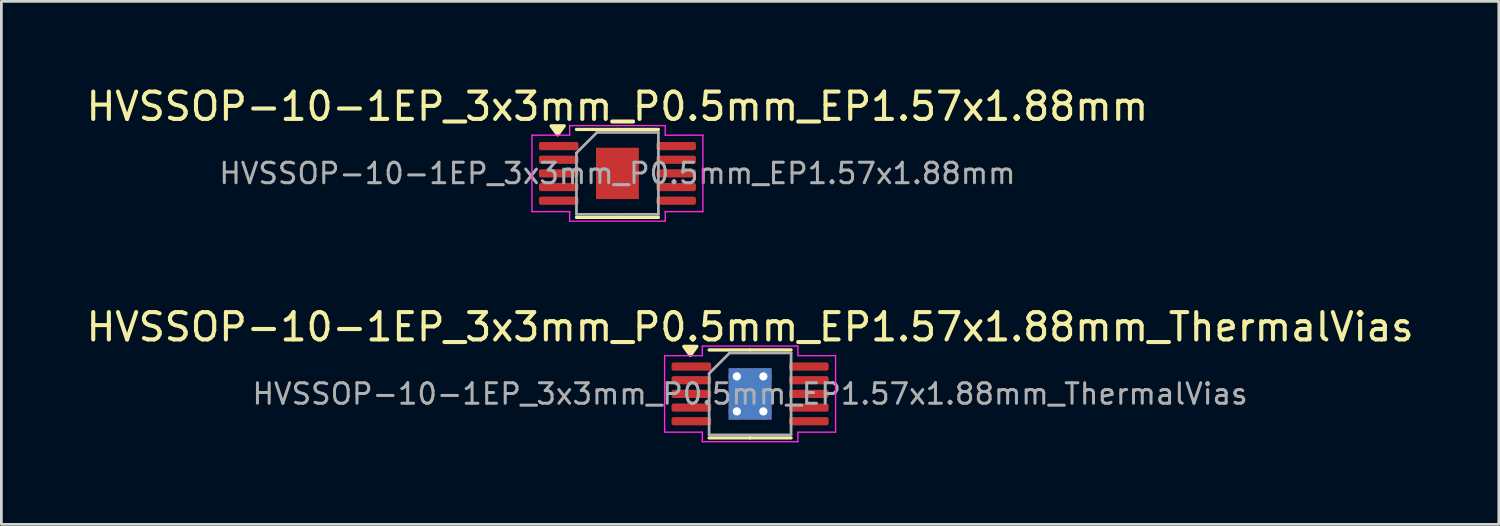
<source format=kicad_pcb>
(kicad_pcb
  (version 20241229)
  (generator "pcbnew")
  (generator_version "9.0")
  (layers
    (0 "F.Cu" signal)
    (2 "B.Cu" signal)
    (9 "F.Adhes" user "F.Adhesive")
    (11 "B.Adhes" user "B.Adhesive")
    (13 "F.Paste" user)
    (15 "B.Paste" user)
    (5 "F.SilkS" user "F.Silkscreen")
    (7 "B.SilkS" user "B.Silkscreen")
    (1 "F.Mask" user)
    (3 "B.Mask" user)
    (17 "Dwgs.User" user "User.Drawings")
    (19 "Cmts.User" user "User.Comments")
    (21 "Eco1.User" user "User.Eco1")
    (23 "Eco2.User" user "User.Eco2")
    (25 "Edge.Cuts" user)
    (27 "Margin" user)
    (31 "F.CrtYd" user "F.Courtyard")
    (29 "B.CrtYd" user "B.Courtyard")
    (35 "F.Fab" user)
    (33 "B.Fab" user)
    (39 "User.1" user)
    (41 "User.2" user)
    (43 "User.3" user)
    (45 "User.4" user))
  (footprint "HVSSOP-10-1EP_3x3mm_P0.5mm_EP1.57x1.88mm"
    (layer "F.Cu")
    (at 19.554 3.298)
    (property "Reference" "HVSSOP-10-1EP_3x3mm_P0.5mm_EP1.57x1.88mm" (at 0 -2.45 0) (layer "F.SilkS") (effects (font (size 1 1) (thickness 0.15))))
    (attr smd)
    (fp_line (start 0 -1.61) (end -1.5 -1.61) (stroke (width 0.12) (type solid)) (layer "F.SilkS"))
    (fp_line (start 0 -1.61) (end 1.5 -1.61) (stroke (width 0.12) (type solid)) (layer "F.SilkS"))
    (fp_line (start 0 1.61) (end -1.5 1.61) (stroke (width 0.12) (type solid)) (layer "F.SilkS"))
    (fp_line (start 0 1.61) (end 1.5 1.61) (stroke (width 0.12) (type solid)) (layer "F.SilkS"))
    (fp_poly (pts (xy -2.188 -1.41) (xy -2.428 -1.74) (xy -1.948 -1.74)) (stroke (width 0.12) (type solid)) (fill yes) (layer "F.SilkS"))
    (fp_line (start -3.13 -1.4) (end -1.75 -1.4) (stroke (width 0.05) (type solid)) (layer "F.CrtYd"))
    (fp_line (start -3.13 1.4) (end -3.13 -1.4) (stroke (width 0.05) (type solid)) (layer "F.CrtYd"))
    (fp_line (start -1.75 -1.75) (end 1.75 -1.75) (stroke (width 0.05) (type solid)) (layer "F.CrtYd"))
    (fp_line (start -1.75 -1.4) (end -1.75 -1.75) (stroke (width 0.05) (type solid)) (layer "F.CrtYd"))
    (fp_line (start -1.75 1.4) (end -3.13 1.4) (stroke (width 0.05) (type solid)) (layer "F.CrtYd"))
    (fp_line (start -1.75 1.75) (end -1.75 1.4) (stroke (width 0.05) (type solid)) (layer "F.CrtYd"))
    (fp_line (start 1.75 -1.75) (end 1.75 -1.4) (stroke (width 0.05) (type solid)) (layer "F.CrtYd"))
    (fp_line (start 1.75 -1.4) (end 3.13 -1.4) (stroke (width 0.05) (type solid)) (layer "F.CrtYd"))
    (fp_line (start 1.75 1.4) (end 1.75 1.75) (stroke (width 0.05) (type solid)) (layer "F.CrtYd"))
    (fp_line (start 1.75 1.75) (end -1.75 1.75) (stroke (width 0.05) (type solid)) (layer "F.CrtYd"))
    (fp_line (start 3.13 -1.4) (end 3.13 1.4) (stroke (width 0.05) (type solid)) (layer "F.CrtYd"))
    (fp_line (start 3.13 1.4) (end 1.75 1.4) (stroke (width 0.05) (type solid)) (layer "F.CrtYd"))
    (fp_line (start -1.5 -0.75) (end -0.75 -1.5) (stroke (width 0.1) (type solid)) (layer "F.Fab"))
    (fp_line (start -1.5 1.5) (end -1.5 -0.75) (stroke (width 0.1) (type solid)) (layer "F.Fab"))
    (fp_line (start -0.75 -1.5) (end 1.5 -1.5) (stroke (width 0.1) (type solid)) (layer "F.Fab"))
    (fp_line (start 1.5 -1.5) (end 1.5 1.5) (stroke (width 0.1) (type solid)) (layer "F.Fab"))
    (fp_line (start 1.5 1.5) (end -1.5 1.5) (stroke (width 0.1) (type solid)) (layer "F.Fab"))
    (fp_text user "${REFERENCE}" (at 0 0 0) (layer "F.Fab") (effects (font (size 0.75 0.75) (thickness 0.11))))
    (pad "" smd roundrect (at -0.39 -0.47) (size 0.63 0.76) (layers "F.Paste") (roundrect_rratio 0.25))
    (pad "" smd roundrect (at -0.39 0.47) (size 0.63 0.76) (layers "F.Paste") (roundrect_rratio 0.25))
    (pad "" smd roundrect (at 0.39 -0.47) (size 0.63 0.76) (layers "F.Paste") (roundrect_rratio 0.25))
    (pad "" smd roundrect (at 0.39 0.47) (size 0.63 0.76) (layers "F.Paste") (roundrect_rratio 0.25))
    (pad "1" smd roundrect (at -2.15 -1) (size 1.45 0.3) (layers "F.Cu" "F.Mask" "F.Paste") (roundrect_rratio 0.25))
    (pad "2" smd roundrect (at -2.15 -0.5) (size 1.45 0.3) (layers "F.Cu" "F.Mask" "F.Paste") (roundrect_rratio 0.25))
    (pad "3" smd roundrect (at -2.15 0) (size 1.45 0.3) (layers "F.Cu" "F.Mask" "F.Paste") (roundrect_rratio 0.25))
    (pad "4" smd roundrect (at -2.15 0.5) (size 1.45 0.3) (layers "F.Cu" "F.Mask" "F.Paste") (roundrect_rratio 0.25))
    (pad "5" smd roundrect (at -2.15 1) (size 1.45 0.3) (layers "F.Cu" "F.Mask" "F.Paste") (roundrect_rratio 0.25))
    (pad "6" smd roundrect (at 2.15 1) (size 1.45 0.3) (layers "F.Cu" "F.Mask" "F.Paste") (roundrect_rratio 0.25))
    (pad "7" smd roundrect (at 2.15 0.5) (size 1.45 0.3) (layers "F.Cu" "F.Mask" "F.Paste") (roundrect_rratio 0.25))
    (pad "8" smd roundrect (at 2.15 0) (size 1.45 0.3) (layers "F.Cu" "F.Mask" "F.Paste") (roundrect_rratio 0.25))
    (pad "9" smd roundrect (at 2.15 -0.5) (size 1.45 0.3) (layers "F.Cu" "F.Mask" "F.Paste") (roundrect_rratio 0.25))
    (pad "10" smd roundrect (at 2.15 -1) (size 1.45 0.3) (layers "F.Cu" "F.Mask" "F.Paste") (roundrect_rratio 0.25))
    (pad "11" smd rect (at 0 0) (size 1.57 1.88) (property pad_prop_heatsink) (layers "F.Cu" "F.Mask")))
  (footprint "HVSSOP-10-1EP_3x3mm_P0.5mm_EP1.57x1.88mm_ThermalVias"
    (layer "F.Cu")
    (at 24.411 11.371)
    (property "Reference" "HVSSOP-10-1EP_3x3mm_P0.5mm_EP1.57x1.88mm_ThermalVias" (at 0 -2.45 0) (layer "F.SilkS") (effects (font (size 1 1) (thickness 0.15))))
    (attr smd)
    (fp_line (start 0 -1.61) (end -1.5 -1.61) (stroke (width 0.12) (type solid)) (layer "F.SilkS"))
    (fp_line (start 0 -1.61) (end 1.5 -1.61) (stroke (width 0.12) (type solid)) (layer "F.SilkS"))
    (fp_line (start 0 1.61) (end -1.5 1.61) (stroke (width 0.12) (type solid)) (layer "F.SilkS"))
    (fp_line (start 0 1.61) (end 1.5 1.61) (stroke (width 0.12) (type solid)) (layer "F.SilkS"))
    (fp_poly (pts (xy -2.188 -1.41) (xy -2.428 -1.74) (xy -1.948 -1.74)) (stroke (width 0.12) (type solid)) (fill yes) (layer "F.SilkS"))
    (fp_line (start -3.13 -1.4) (end -1.75 -1.4) (stroke (width 0.05) (type solid)) (layer "F.CrtYd"))
    (fp_line (start -3.13 1.4) (end -3.13 -1.4) (stroke (width 0.05) (type solid)) (layer "F.CrtYd"))
    (fp_line (start -1.75 -1.75) (end 1.75 -1.75) (stroke (width 0.05) (type solid)) (layer "F.CrtYd"))
    (fp_line (start -1.75 -1.4) (end -1.75 -1.75) (stroke (width 0.05) (type solid)) (layer "F.CrtYd"))
    (fp_line (start -1.75 1.4) (end -3.13 1.4) (stroke (width 0.05) (type solid)) (layer "F.CrtYd"))
    (fp_line (start -1.75 1.75) (end -1.75 1.4) (stroke (width 0.05) (type solid)) (layer "F.CrtYd"))
    (fp_line (start 1.75 -1.75) (end 1.75 -1.4) (stroke (width 0.05) (type solid)) (layer "F.CrtYd"))
    (fp_line (start 1.75 -1.4) (end 3.13 -1.4) (stroke (width 0.05) (type solid)) (layer "F.CrtYd"))
    (fp_line (start 1.75 1.4) (end 1.75 1.75) (stroke (width 0.05) (type solid)) (layer "F.CrtYd"))
    (fp_line (start 1.75 1.75) (end -1.75 1.75) (stroke (width 0.05) (type solid)) (layer "F.CrtYd"))
    (fp_line (start 3.13 -1.4) (end 3.13 1.4) (stroke (width 0.05) (type solid)) (layer "F.CrtYd"))
    (fp_line (start 3.13 1.4) (end 1.75 1.4) (stroke (width 0.05) (type solid)) (layer "F.CrtYd"))
    (fp_line (start -1.5 -0.75) (end -0.75 -1.5) (stroke (width 0.1) (type solid)) (layer "F.Fab"))
    (fp_line (start -1.5 1.5) (end -1.5 -0.75) (stroke (width 0.1) (type solid)) (layer "F.Fab"))
    (fp_line (start -0.75 -1.5) (end 1.5 -1.5) (stroke (width 0.1) (type solid)) (layer "F.Fab"))
    (fp_line (start 1.5 -1.5) (end 1.5 1.5) (stroke (width 0.1) (type solid)) (layer "F.Fab"))
    (fp_line (start 1.5 1.5) (end -1.5 1.5) (stroke (width 0.1) (type solid)) (layer "F.Fab"))
    (fp_text user "${REFERENCE}" (at 0 0 0) (layer "F.Fab") (effects (font (size 0.75 0.75) (thickness 0.11))))
    (pad "" smd roundrect (at -0.39 -0.47) (size 0.63 0.76) (layers "F.Paste") (roundrect_rratio 0.25))
    (pad "" smd roundrect (at -0.39 0.47) (size 0.63 0.76) (layers "F.Paste") (roundrect_rratio 0.25))
    (pad "" smd roundrect (at 0.39 -0.47) (size 0.63 0.76) (layers "F.Paste") (roundrect_rratio 0.25))
    (pad "" smd roundrect (at 0.39 0.47) (size 0.63 0.76) (layers "F.Paste") (roundrect_rratio 0.25))
    (pad "1" smd roundrect (at -2.15 -1) (size 1.45 0.3) (layers "F.Cu" "F.Mask" "F.Paste") (roundrect_rratio 0.25))
    (pad "2" smd roundrect (at -2.15 -0.5) (size 1.45 0.3) (layers "F.Cu" "F.Mask" "F.Paste") (roundrect_rratio 0.25))
    (pad "3" smd roundrect (at -2.15 0) (size 1.45 0.3) (layers "F.Cu" "F.Mask" "F.Paste") (roundrect_rratio 0.25))
    (pad "4" smd roundrect (at -2.15 0.5) (size 1.45 0.3) (layers "F.Cu" "F.Mask" "F.Paste") (roundrect_rratio 0.25))
    (pad "5" smd roundrect (at -2.15 1) (size 1.45 0.3) (layers "F.Cu" "F.Mask" "F.Paste") (roundrect_rratio 0.25))
    (pad "6" smd roundrect (at 2.15 1) (size 1.45 0.3) (layers "F.Cu" "F.Mask" "F.Paste") (roundrect_rratio 0.25))
    (pad "7" smd roundrect (at 2.15 0.5) (size 1.45 0.3) (layers "F.Cu" "F.Mask" "F.Paste") (roundrect_rratio 0.25))
    (pad "8" smd roundrect (at 2.15 0) (size 1.45 0.3) (layers "F.Cu" "F.Mask" "F.Paste") (roundrect_rratio 0.25))
    (pad "9" smd roundrect (at 2.15 -0.5) (size 1.45 0.3) (layers "F.Cu" "F.Mask" "F.Paste") (roundrect_rratio 0.25))
    (pad "10" smd roundrect (at 2.15 -1) (size 1.45 0.3) (layers "F.Cu" "F.Mask" "F.Paste") (roundrect_rratio 0.25))
    (pad "11" thru_hole circle (at -0.485 -0.64) (size 0.6 0.6) (drill 0.3) (property pad_prop_heatsink) (layers "*.Cu"))
    (pad "11" thru_hole circle (at -0.485 0.64) (size 0.6 0.6) (drill 0.3) (property pad_prop_heatsink) (layers "*.Cu"))
    (pad "11" smd rect (at 0 0) (size 1.57 1.88) (property pad_prop_heatsink) (layers "F.Cu" "F.Mask"))
    (pad "11" smd rect (at 0 0) (size 1.57 1.88) (property pad_prop_heatsink) (layers "B.Cu"))
    (pad "11" thru_hole circle (at 0.485 -0.64) (size 0.6 0.6) (drill 0.3) (property pad_prop_heatsink) (layers "*.Cu"))
    (pad "11" thru_hole circle (at 0.485 0.64) (size 0.6 0.6) (drill 0.3) (property pad_prop_heatsink) (layers "*.Cu")))
  (gr_rect
    (start -3 -3)
    (end 51.821 16.146)
    (stroke (width 0.1) (type default))
    (fill no)
    (layer "Edge.Cuts")))
</source>
